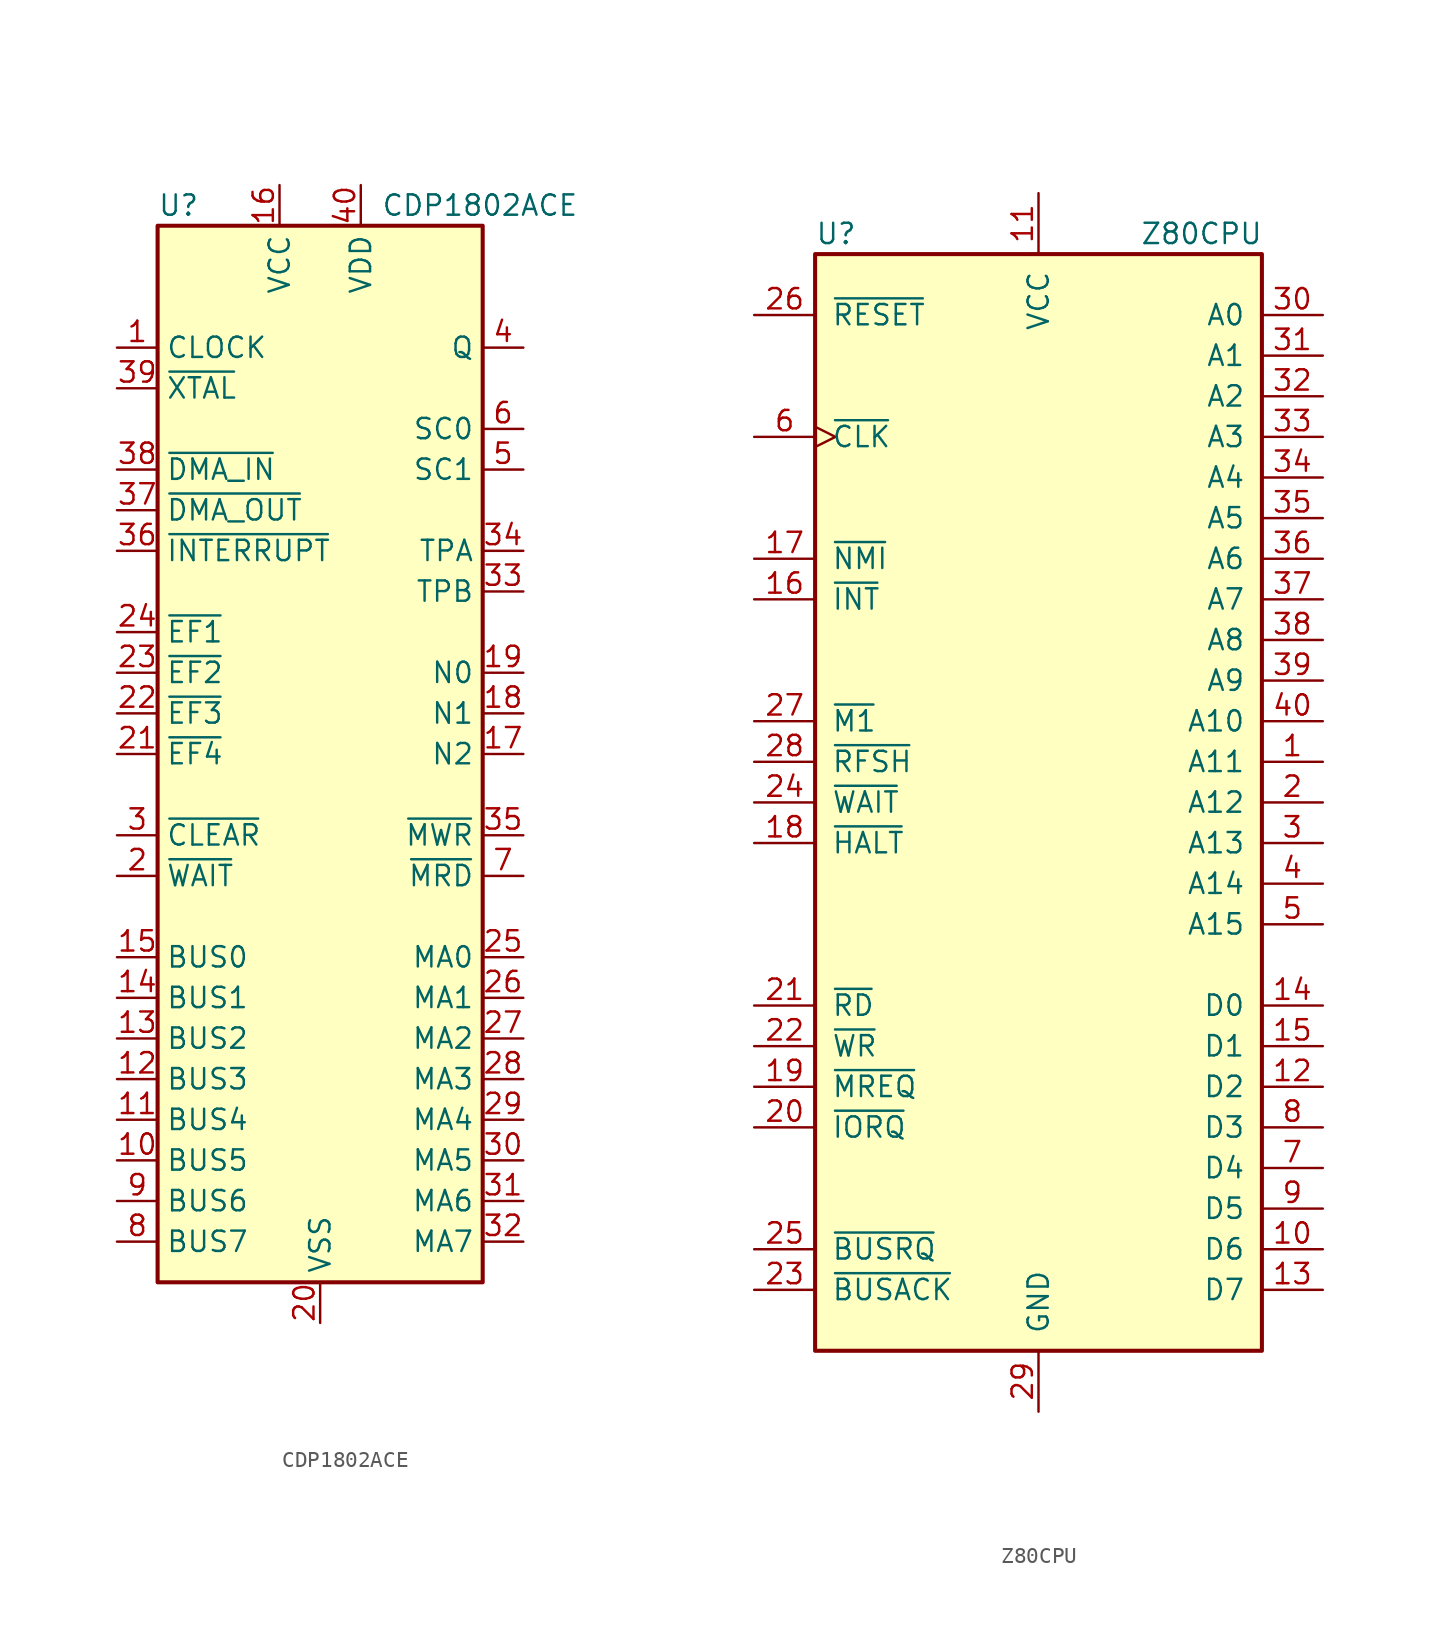
<source format=kicad_sym>
(kicad_symbol_lib
  (version 20241209)
  (generator "kicad_symbol_editor")
  (generator_version "9.0")
  (symbol "CDP1802ACE"
    (property "Reference" "U"
      (at -10.16 34.29 0)
      (effects (font (size 1.27 1.27)) (justify left)))
    (property "Value" "CDP1802ACE"
      (at 3.81 34.29 0)
      (effects (font (size 1.27 1.27)) (justify left)))
    (symbol "CDP1802ACE_0_1"
      (rectangle (start -10.16 33.02) (end 10.16 -33.02) (stroke (width 0.254) (type default)) (fill (type background))))
    (symbol "CDP1802ACE_1_1"
      (pin input line (at -12.7 25.4 0) (length 2.54) (name "CLOCK" (effects (font (size 1.27 1.27)))) (number "1" (effects (font (size 1.27 1.27)))))
      (pin output line (at -12.7 22.86 0) (length 2.54) (name "~{XTAL}" (effects (font (size 1.27 1.27)))) (number "39" (effects (font (size 1.27 1.27)))))
      (pin input line (at -12.7 17.78 0) (length 2.54) (name "~{DMA_IN}" (effects (font (size 1.27 1.27)))) (number "38" (effects (font (size 1.27 1.27)))))
      (pin input line (at -12.7 15.24 0) (length 2.54) (name "~{DMA_OUT}" (effects (font (size 1.27 1.27)))) (number "37" (effects (font (size 1.27 1.27)))))
      (pin input line (at -12.7 12.7 0) (length 2.54) (name "~{INTERRUPT}" (effects (font (size 1.27 1.27)))) (number "36" (effects (font (size 1.27 1.27)))))
      (pin input line (at -12.7 7.62 0) (length 2.54) (name "~{EF1}" (effects (font (size 1.27 1.27)))) (number "24" (effects (font (size 1.27 1.27)))))
      (pin input line (at -12.7 5.08 0) (length 2.54) (name "~{EF2}" (effects (font (size 1.27 1.27)))) (number "23" (effects (font (size 1.27 1.27)))))
      (pin input line (at -12.7 2.54 0) (length 2.54) (name "~{EF3}" (effects (font (size 1.27 1.27)))) (number "22" (effects (font (size 1.27 1.27)))))
      (pin input line (at -12.7 0 0) (length 2.54) (name "~{EF4}" (effects (font (size 1.27 1.27)))) (number "21" (effects (font (size 1.27 1.27)))))
      (pin input line (at -12.7 -5.08 0) (length 2.54) (name "~{CLEAR}" (effects (font (size 1.27 1.27)))) (number "3" (effects (font (size 1.27 1.27)))))
      (pin input line (at -12.7 -7.62 0) (length 2.54) (name "~{WAIT}" (effects (font (size 1.27 1.27)))) (number "2" (effects (font (size 1.27 1.27)))))
      (pin bidirectional line (at -12.7 -12.7 0) (length 2.54) (name "BUS0" (effects (font (size 1.27 1.27)))) (number "15" (effects (font (size 1.27 1.27)))))
      (pin bidirectional line (at -12.7 -15.24 0) (length 2.54) (name "BUS1" (effects (font (size 1.27 1.27)))) (number "14" (effects (font (size 1.27 1.27)))))
      (pin bidirectional line (at -12.7 -17.78 0) (length 2.54) (name "BUS2" (effects (font (size 1.27 1.27)))) (number "13" (effects (font (size 1.27 1.27)))))
      (pin bidirectional line (at -12.7 -20.32 0) (length 2.54) (name "BUS3" (effects (font (size 1.27 1.27)))) (number "12" (effects (font (size 1.27 1.27)))))
      (pin bidirectional line (at -12.7 -22.86 0) (length 2.54) (name "BUS4" (effects (font (size 1.27 1.27)))) (number "11" (effects (font (size 1.27 1.27)))))
      (pin bidirectional line (at -12.7 -25.4 0) (length 2.54) (name "BUS5" (effects (font (size 1.27 1.27)))) (number "10" (effects (font (size 1.27 1.27)))))
      (pin bidirectional line (at -12.7 -27.94 0) (length 2.54) (name "BUS6" (effects (font (size 1.27 1.27)))) (number "9" (effects (font (size 1.27 1.27)))))
      (pin bidirectional line (at -12.7 -30.48 0) (length 2.54) (name "BUS7" (effects (font (size 1.27 1.27)))) (number "8" (effects (font (size 1.27 1.27)))))
      (pin power_in line (at -2.54 35.56 270) (length 2.54) (name "VCC" (effects (font (size 1.27 1.27)))) (number "16" (effects (font (size 1.27 1.27)))))
      (pin power_in line (at 0 -35.56 90) (length 2.54) (name "VSS" (effects (font (size 1.27 1.27)))) (number "20" (effects (font (size 1.27 1.27)))))
      (pin power_in line (at 2.54 35.56 270) (length 2.54) (name "VDD" (effects (font (size 1.27 1.27)))) (number "40" (effects (font (size 1.27 1.27)))))
      (pin output line (at 12.7 25.4 180) (length 2.54) (name "Q" (effects (font (size 1.27 1.27)))) (number "4" (effects (font (size 1.27 1.27)))))
      (pin output line (at 12.7 20.32 180) (length 2.54) (name "SC0" (effects (font (size 1.27 1.27)))) (number "6" (effects (font (size 1.27 1.27)))))
      (pin output line (at 12.7 17.78 180) (length 2.54) (name "SC1" (effects (font (size 1.27 1.27)))) (number "5" (effects (font (size 1.27 1.27)))))
      (pin output line (at 12.7 12.7 180) (length 2.54) (name "TPA" (effects (font (size 1.27 1.27)))) (number "34" (effects (font (size 1.27 1.27)))))
      (pin output line (at 12.7 10.16 180) (length 2.54) (name "TPB" (effects (font (size 1.27 1.27)))) (number "33" (effects (font (size 1.27 1.27)))))
      (pin output line (at 12.7 5.08 180) (length 2.54) (name "N0" (effects (font (size 1.27 1.27)))) (number "19" (effects (font (size 1.27 1.27)))))
      (pin output line (at 12.7 2.54 180) (length 2.54) (name "N1" (effects (font (size 1.27 1.27)))) (number "18" (effects (font (size 1.27 1.27)))))
      (pin output line (at 12.7 0 180) (length 2.54) (name "N2" (effects (font (size 1.27 1.27)))) (number "17" (effects (font (size 1.27 1.27)))))
      (pin output line (at 12.7 -5.08 180) (length 2.54) (name "~{MWR}" (effects (font (size 1.27 1.27)))) (number "35" (effects (font (size 1.27 1.27)))))
      (pin output line (at 12.7 -7.62 180) (length 2.54) (name "~{MRD}" (effects (font (size 1.27 1.27)))) (number "7" (effects (font (size 1.27 1.27)))))
      (pin output line (at 12.7 -12.7 180) (length 2.54) (name "MA0" (effects (font (size 1.27 1.27)))) (number "25" (effects (font (size 1.27 1.27)))))
      (pin output line (at 12.7 -15.24 180) (length 2.54) (name "MA1" (effects (font (size 1.27 1.27)))) (number "26" (effects (font (size 1.27 1.27)))))
      (pin output line (at 12.7 -17.78 180) (length 2.54) (name "MA2" (effects (font (size 1.27 1.27)))) (number "27" (effects (font (size 1.27 1.27)))))
      (pin output line (at 12.7 -20.32 180) (length 2.54) (name "MA3" (effects (font (size 1.27 1.27)))) (number "28" (effects (font (size 1.27 1.27)))))
      (pin output line (at 12.7 -22.86 180) (length 2.54) (name "MA4" (effects (font (size 1.27 1.27)))) (number "29" (effects (font (size 1.27 1.27)))))
      (pin output line (at 12.7 -25.4 180) (length 2.54) (name "MA5" (effects (font (size 1.27 1.27)))) (number "30" (effects (font (size 1.27 1.27)))))
      (pin output line (at 12.7 -27.94 180) (length 2.54) (name "MA6" (effects (font (size 1.27 1.27)))) (number "31" (effects (font (size 1.27 1.27)))))
      (pin output line (at 12.7 -30.48 180) (length 2.54) (name "MA7" (effects (font (size 1.27 1.27)))) (number "32" (effects (font (size 1.27 1.27)))))))
  (symbol "Z80CPU"
    (pin_names
      (offset 1.016))
    (property "Reference" "U"
      (at -13.97 35.56 0)
      (effects (font (size 1.27 1.27)) (justify left)))
    (property "Value" "Z80CPU"
      (at 6.35 35.56 0)
      (effects (font (size 1.27 1.27)) (justify left)))
    (symbol "Z80CPU_0_1"
      (rectangle (start -13.97 34.29) (end 13.97 -34.29) (stroke (width 0.254) (type default)) (fill (type background))))
    (symbol "Z80CPU_1_1"
      (pin input line (at -17.78 30.48 0) (length 3.81) (name "~{RESET}" (effects (font (size 1.27 1.27)))) (number "26" (effects (font (size 1.27 1.27)))))
      (pin input clock (at -17.78 22.86 0) (length 3.81) (name "~{CLK}" (effects (font (size 1.27 1.27)))) (number "6" (effects (font (size 1.27 1.27)))))
      (pin input line (at -17.78 15.24 0) (length 3.81) (name "~{NMI}" (effects (font (size 1.27 1.27)))) (number "17" (effects (font (size 1.27 1.27)))))
      (pin input line (at -17.78 12.7 0) (length 3.81) (name "~{INT}" (effects (font (size 1.27 1.27)))) (number "16" (effects (font (size 1.27 1.27)))))
      (pin output line (at -17.78 5.08 0) (length 3.81) (name "~{M1}" (effects (font (size 1.27 1.27)))) (number "27" (effects (font (size 1.27 1.27)))))
      (pin output line (at -17.78 2.54 0) (length 3.81) (name "~{RFSH}" (effects (font (size 1.27 1.27)))) (number "28" (effects (font (size 1.27 1.27)))))
      (pin input line (at -17.78 0 0) (length 3.81) (name "~{WAIT}" (effects (font (size 1.27 1.27)))) (number "24" (effects (font (size 1.27 1.27)))))
      (pin output line (at -17.78 -2.54 0) (length 3.81) (name "~{HALT}" (effects (font (size 1.27 1.27)))) (number "18" (effects (font (size 1.27 1.27)))))
      (pin output line (at -17.78 -12.7 0) (length 3.81) (name "~{RD}" (effects (font (size 1.27 1.27)))) (number "21" (effects (font (size 1.27 1.27)))))
      (pin output line (at -17.78 -15.24 0) (length 3.81) (name "~{WR}" (effects (font (size 1.27 1.27)))) (number "22" (effects (font (size 1.27 1.27)))))
      (pin output line (at -17.78 -17.78 0) (length 3.81) (name "~{MREQ}" (effects (font (size 1.27 1.27)))) (number "19" (effects (font (size 1.27 1.27)))))
      (pin output line (at -17.78 -20.32 0) (length 3.81) (name "~{IORQ}" (effects (font (size 1.27 1.27)))) (number "20" (effects (font (size 1.27 1.27)))))
      (pin input line (at -17.78 -27.94 0) (length 3.81) (name "~{BUSRQ}" (effects (font (size 1.27 1.27)))) (number "25" (effects (font (size 1.27 1.27)))))
      (pin output line (at -17.78 -30.48 0) (length 3.81) (name "~{BUSACK}" (effects (font (size 1.27 1.27)))) (number "23" (effects (font (size 1.27 1.27)))))
      (pin power_in line (at 0 38.1 270) (length 3.81) (name "VCC" (effects (font (size 1.27 1.27)))) (number "11" (effects (font (size 1.27 1.27)))))
      (pin power_in line (at 0 -38.1 90) (length 3.81) (name "GND" (effects (font (size 1.27 1.27)))) (number "29" (effects (font (size 1.27 1.27)))))
      (pin output line (at 17.78 30.48 180) (length 3.81) (name "A0" (effects (font (size 1.27 1.27)))) (number "30" (effects (font (size 1.27 1.27)))))
      (pin output line (at 17.78 27.94 180) (length 3.81) (name "A1" (effects (font (size 1.27 1.27)))) (number "31" (effects (font (size 1.27 1.27)))))
      (pin output line (at 17.78 25.4 180) (length 3.81) (name "A2" (effects (font (size 1.27 1.27)))) (number "32" (effects (font (size 1.27 1.27)))))
      (pin output line (at 17.78 22.86 180) (length 3.81) (name "A3" (effects (font (size 1.27 1.27)))) (number "33" (effects (font (size 1.27 1.27)))))
      (pin output line (at 17.78 20.32 180) (length 3.81) (name "A4" (effects (font (size 1.27 1.27)))) (number "34" (effects (font (size 1.27 1.27)))))
      (pin output line (at 17.78 17.78 180) (length 3.81) (name "A5" (effects (font (size 1.27 1.27)))) (number "35" (effects (font (size 1.27 1.27)))))
      (pin output line (at 17.78 15.24 180) (length 3.81) (name "A6" (effects (font (size 1.27 1.27)))) (number "36" (effects (font (size 1.27 1.27)))))
      (pin output line (at 17.78 12.7 180) (length 3.81) (name "A7" (effects (font (size 1.27 1.27)))) (number "37" (effects (font (size 1.27 1.27)))))
      (pin output line (at 17.78 10.16 180) (length 3.81) (name "A8" (effects (font (size 1.27 1.27)))) (number "38" (effects (font (size 1.27 1.27)))))
      (pin output line (at 17.78 7.62 180) (length 3.81) (name "A9" (effects (font (size 1.27 1.27)))) (number "39" (effects (font (size 1.27 1.27)))))
      (pin output line (at 17.78 5.08 180) (length 3.81) (name "A10" (effects (font (size 1.27 1.27)))) (number "40" (effects (font (size 1.27 1.27)))))
      (pin output line (at 17.78 2.54 180) (length 3.81) (name "A11" (effects (font (size 1.27 1.27)))) (number "1" (effects (font (size 1.27 1.27)))))
      (pin output line (at 17.78 0 180) (length 3.81) (name "A12" (effects (font (size 1.27 1.27)))) (number "2" (effects (font (size 1.27 1.27)))))
      (pin output line (at 17.78 -2.54 180) (length 3.81) (name "A13" (effects (font (size 1.27 1.27)))) (number "3" (effects (font (size 1.27 1.27)))))
      (pin output line (at 17.78 -5.08 180) (length 3.81) (name "A14" (effects (font (size 1.27 1.27)))) (number "4" (effects (font (size 1.27 1.27)))))
      (pin output line (at 17.78 -7.62 180) (length 3.81) (name "A15" (effects (font (size 1.27 1.27)))) (number "5" (effects (font (size 1.27 1.27)))))
      (pin bidirectional line (at 17.78 -12.7 180) (length 3.81) (name "D0" (effects (font (size 1.27 1.27)))) (number "14" (effects (font (size 1.27 1.27)))))
      (pin bidirectional line (at 17.78 -15.24 180) (length 3.81) (name "D1" (effects (font (size 1.27 1.27)))) (number "15" (effects (font (size 1.27 1.27)))))
      (pin bidirectional line (at 17.78 -17.78 180) (length 3.81) (name "D2" (effects (font (size 1.27 1.27)))) (number "12" (effects (font (size 1.27 1.27)))))
      (pin bidirectional line (at 17.78 -20.32 180) (length 3.81) (name "D3" (effects (font (size 1.27 1.27)))) (number "8" (effects (font (size 1.27 1.27)))))
      (pin bidirectional line (at 17.78 -22.86 180) (length 3.81) (name "D4" (effects (font (size 1.27 1.27)))) (number "7" (effects (font (size 1.27 1.27)))))
      (pin bidirectional line (at 17.78 -25.4 180) (length 3.81) (name "D5" (effects (font (size 1.27 1.27)))) (number "9" (effects (font (size 1.27 1.27)))))
      (pin bidirectional line (at 17.78 -27.94 180) (length 3.81) (name "D6" (effects (font (size 1.27 1.27)))) (number "10" (effects (font (size 1.27 1.27)))))
      (pin bidirectional line (at 17.78 -30.48 180) (length 3.81) (name "D7" (effects (font (size 1.27 1.27)))) (number "13" (effects (font (size 1.27 1.27))))))))
</source>
